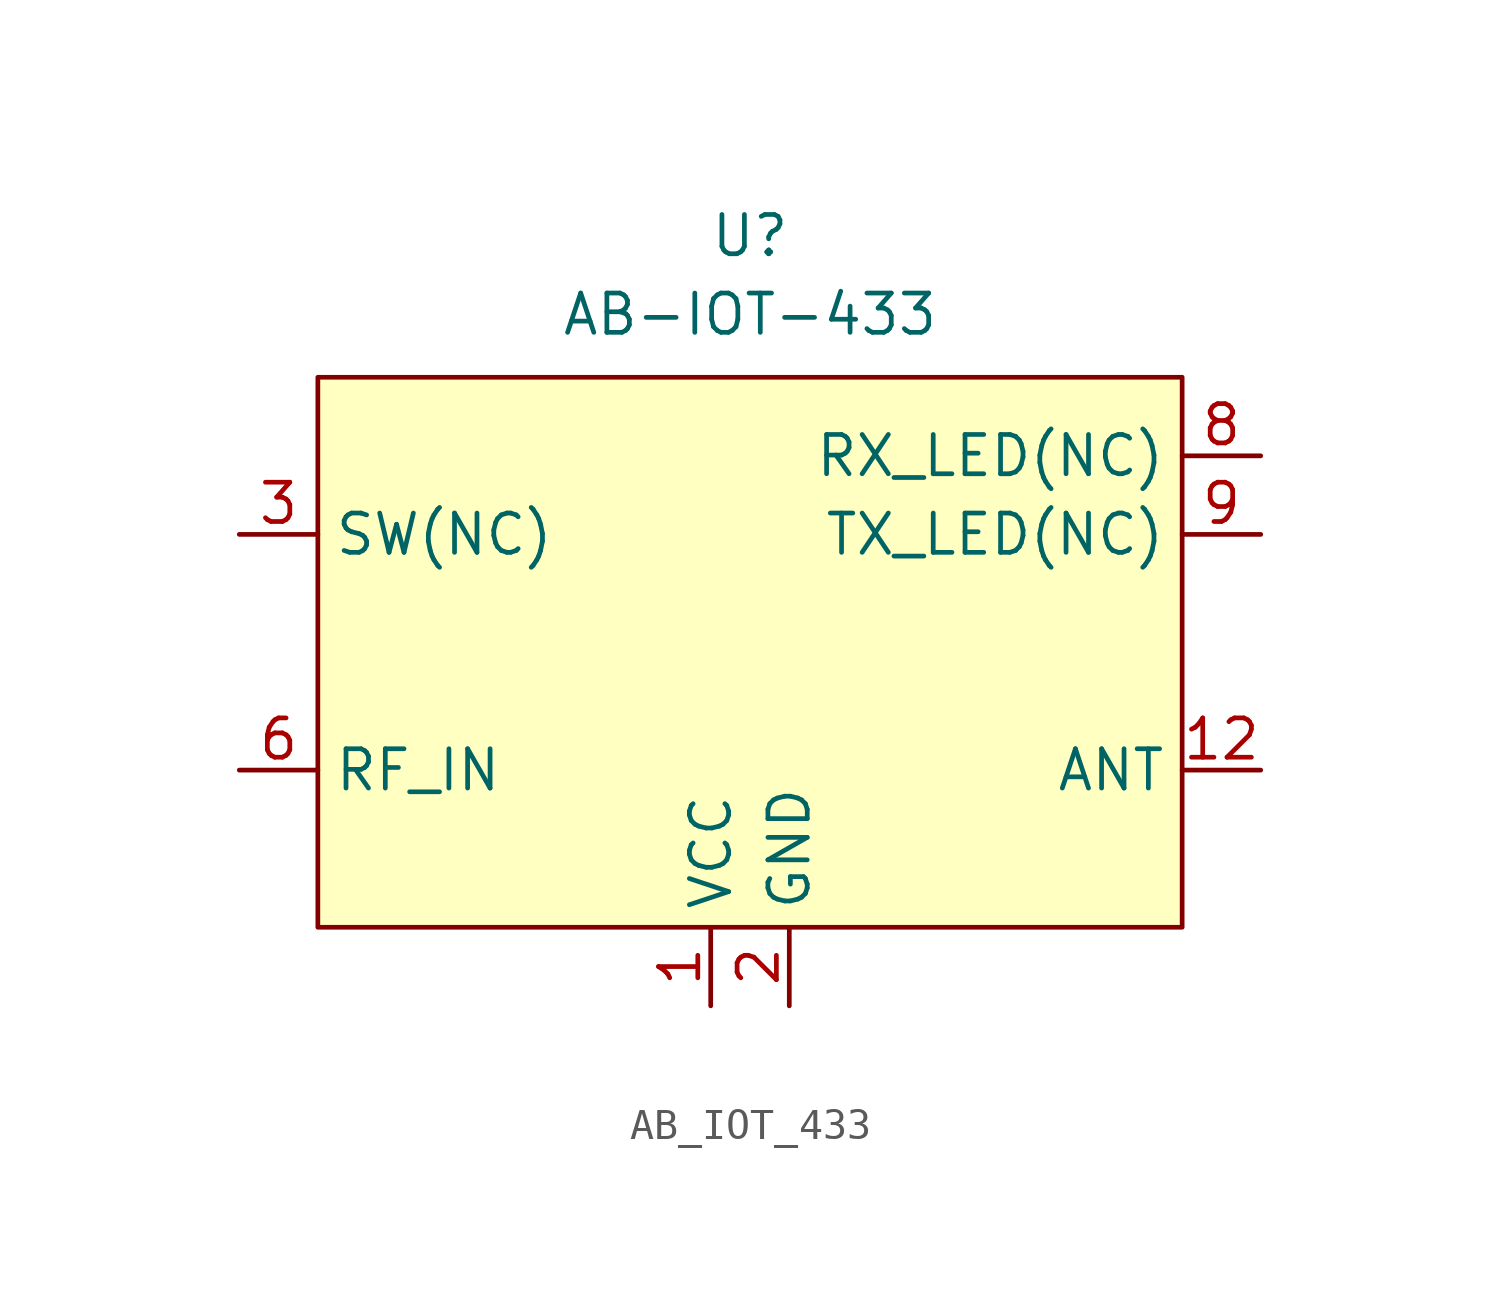
<source format=kicad_sym>
(kicad_symbol_lib
  (version 20241209)
  (generator "kicad_symbol_editor")
  (generator_version "9.0")
  (symbol "AB_IOT_433"
    (property "Reference" "U"
      (at 0 13.462 0)
      (effects (font (size 1.27 1.27))))
    (property "Value" "AB-IOT-433"
      (at 0 10.922 0)
      (effects (font (size 1.27 1.27))))
    (symbol "AB_IOT_433_1_1"
      (rectangle (start -13.97 8.89) (end 13.97 -8.89) (stroke (width 0) (type solid)) (fill (type background)))
      (pin output line (at -16.51 3.81 0) (length 2.54) (name "SW(NC)" (effects (font (size 1.27 1.27)))) (number "3" (effects (font (size 1.27 1.27)))))
      (pin power_in line (at -16.51 1.27 0) (length 2.54) (hide yes) (name "GND" (effects (font (size 1.27 1.27)))) (number "4" (effects (font (size 1.27 1.27)))))
      (pin power_in line (at -16.51 -1.27 0) (length 2.54) (hide yes) (name "GND" (effects (font (size 1.27 1.27)))) (number "5" (effects (font (size 1.27 1.27)))))
      (pin input line (at -16.51 -3.81 0) (length 2.54) (name "RF_IN" (effects (font (size 1.27 1.27)))) (number "6" (effects (font (size 1.27 1.27)))))
      (pin power_in line (at -16.51 -6.35 0) (length 2.54) (hide yes) (name "GND" (effects (font (size 1.27 1.27)))) (number "7" (effects (font (size 1.27 1.27)))))
      (pin power_in line (at -1.27 -11.43 90) (length 2.54) (name "VCC" (effects (font (size 1.27 1.27)))) (number "1" (effects (font (size 1.27 1.27)))))
      (pin power_in line (at 1.27 -11.43 90) (length 2.54) (name "GND" (effects (font (size 1.27 1.27)))) (number "2" (effects (font (size 1.27 1.27)))))
      (pin output line (at 16.51 6.35 180) (length 2.54) (name "RX_LED(NC)" (effects (font (size 1.27 1.27)))) (number "8" (effects (font (size 1.27 1.27)))))
      (pin output line (at 16.51 3.81 180) (length 2.54) (name "TX_LED(NC)" (effects (font (size 1.27 1.27)))) (number "9" (effects (font (size 1.27 1.27)))))
      (pin power_in line (at 16.51 1.27 180) (length 2.54) (hide yes) (name "GND" (effects (font (size 1.27 1.27)))) (number "10" (effects (font (size 1.27 1.27)))))
      (pin power_in line (at 16.51 -1.27 180) (length 2.54) (hide yes) (name "GND" (effects (font (size 1.27 1.27)))) (number "11" (effects (font (size 1.27 1.27)))))
      (pin output line (at 16.51 -3.81 180) (length 2.54) (name "ANT" (effects (font (size 1.27 1.27)))) (number "12" (effects (font (size 1.27 1.27)))))
      (pin power_in line (at 16.51 -6.35 180) (length 2.54) (hide yes) (name "GND" (effects (font (size 1.27 1.27)))) (number "13" (effects (font (size 1.27 1.27))))))))
</source>
